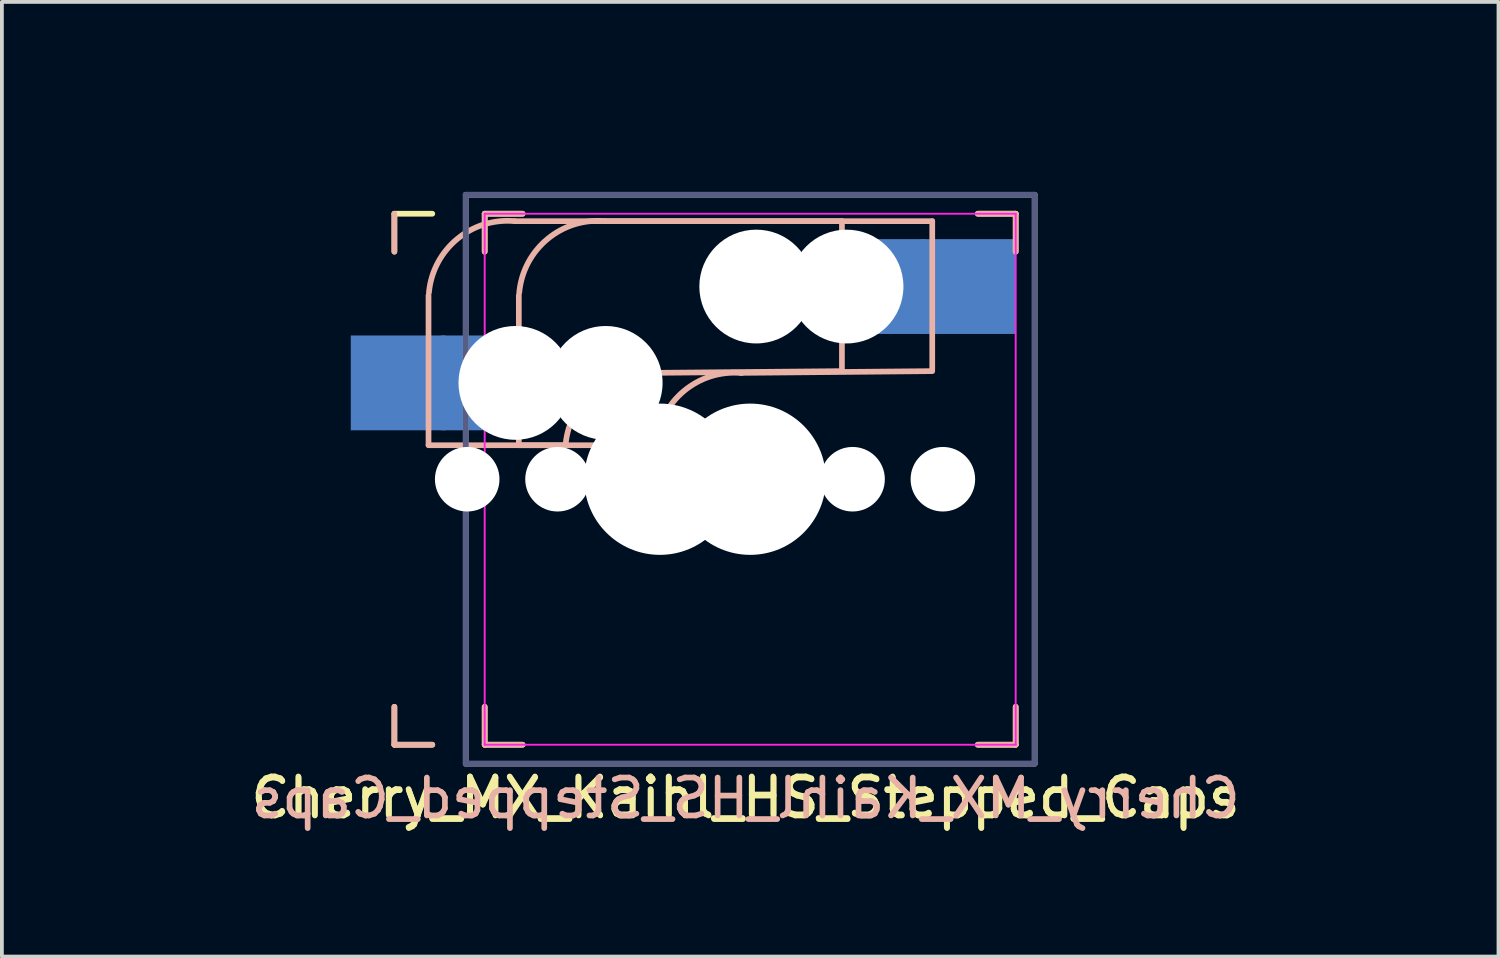
<source format=kicad_pcb>
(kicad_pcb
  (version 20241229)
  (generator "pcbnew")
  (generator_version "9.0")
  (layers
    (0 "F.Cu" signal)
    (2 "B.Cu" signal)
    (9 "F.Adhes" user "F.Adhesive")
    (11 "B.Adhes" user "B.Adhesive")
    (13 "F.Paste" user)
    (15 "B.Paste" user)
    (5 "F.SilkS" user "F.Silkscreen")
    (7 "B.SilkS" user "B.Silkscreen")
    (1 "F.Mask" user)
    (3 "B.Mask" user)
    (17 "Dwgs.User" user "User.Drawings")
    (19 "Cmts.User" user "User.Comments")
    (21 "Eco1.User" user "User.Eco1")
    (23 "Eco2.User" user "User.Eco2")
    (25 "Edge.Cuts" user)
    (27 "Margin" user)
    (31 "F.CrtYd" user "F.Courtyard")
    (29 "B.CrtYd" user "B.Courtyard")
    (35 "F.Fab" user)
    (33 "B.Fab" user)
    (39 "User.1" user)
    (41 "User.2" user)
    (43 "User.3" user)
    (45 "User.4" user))
  (footprint "Cherry_MX_Kaihl_HS_Stepped_Caps"
    (layer "F.Cu")
    (at 16.729 9.585)
    (property "Reference" "Cherry_MX_Kaihl_HS_Stepped_Caps" (at -0.127 8.382 0) (layer "F.SilkS") (effects (font (size 1 1) (thickness 0.15))))
    (attr through_hole)
    (fp_line (start -9.381 -7) (end -8.381 -7) (stroke (width 0.15) (type solid)) (layer "F.SilkS"))
    (fp_line (start -9.381 -6) (end -9.381 -7) (stroke (width 0.15) (type solid)) (layer "F.SilkS"))
    (fp_line (start -9.381 7) (end -9.381 6) (stroke (width 0.15) (type solid)) (layer "F.SilkS"))
    (fp_line (start -8.381 7) (end -9.381 7) (stroke (width 0.15) (type solid)) (layer "F.SilkS"))
    (fp_line (start -7 -7) (end -6 -7) (stroke (width 0.15) (type solid)) (layer "F.SilkS"))
    (fp_line (start -7 -6) (end -7 -7) (stroke (width 0.15) (type solid)) (layer "F.SilkS"))
    (fp_line (start -7 7) (end -7 6) (stroke (width 0.15) (type solid)) (layer "F.SilkS"))
    (fp_line (start -6 7) (end -7 7) (stroke (width 0.15) (type solid)) (layer "F.SilkS"))
    (fp_line (start 6 -7) (end 7 -7) (stroke (width 0.15) (type solid)) (layer "F.SilkS"))
    (fp_line (start 7 -7) (end 7 -6) (stroke (width 0.15) (type solid)) (layer "F.SilkS"))
    (fp_line (start 7 6) (end 7 7) (stroke (width 0.15) (type solid)) (layer "F.SilkS"))
    (fp_line (start 7 7) (end 6 7) (stroke (width 0.15) (type solid)) (layer "F.SilkS"))
    (fp_line (start -9.381 -6) (end -9.381 -7) (stroke (width 0.15) (type solid)) (layer "B.SilkS"))
    (fp_line (start -9.381 7) (end -9.381 6) (stroke (width 0.15) (type solid)) (layer "B.SilkS"))
    (fp_line (start -8.481 -4.85) (end -8.481 -0.905) (stroke (width 0.15) (type solid)) (layer "B.SilkS"))
    (fp_line (start -8.481 -0.896) (end -4.871 -0.896) (stroke (width 0.15) (type solid)) (layer "B.SilkS"))
    (fp_line (start -8.381 7) (end -9.381 7) (stroke (width 0.15) (type solid)) (layer "B.SilkS"))
    (fp_line (start -7 -7) (end -6 -7) (stroke (width 0.15) (type solid)) (layer "B.SilkS"))
    (fp_line (start -7 -6) (end -7 -7) (stroke (width 0.15) (type solid)) (layer "B.SilkS"))
    (fp_line (start -7 7) (end -7 6) (stroke (width 0.15) (type solid)) (layer "B.SilkS"))
    (fp_line (start -6.1 -4.85) (end -6.1 -0.905) (stroke (width 0.15) (type solid)) (layer "B.SilkS"))
    (fp_line (start -6.1 -0.896) (end -2.49 -0.896) (stroke (width 0.15) (type solid)) (layer "B.SilkS"))
    (fp_line (start -6 7) (end -7 7) (stroke (width 0.15) (type solid)) (layer "B.SilkS"))
    (fp_line (start 2.419 -6.804) (end -6.206 -6.804) (stroke (width 0.15) (type solid)) (layer "B.SilkS"))
    (fp_line (start 2.419 -2.896) (end 2.419 -6.804) (stroke (width 0.15) (type solid)) (layer "B.SilkS"))
    (fp_line (start 2.419 -2.85) (end -2.631 -2.804) (stroke (width 0.15) (type solid)) (layer "B.SilkS"))
    (fp_line (start 4.8 -6.804) (end -3.825 -6.804) (stroke (width 0.15) (type solid)) (layer "B.SilkS"))
    (fp_line (start 4.8 -2.896) (end 4.8 -6.804) (stroke (width 0.15) (type solid)) (layer "B.SilkS"))
    (fp_line (start 4.8 -2.85) (end -0.25 -2.804) (stroke (width 0.15) (type solid)) (layer "B.SilkS"))
    (fp_line (start 6 -7) (end 7 -7) (stroke (width 0.15) (type solid)) (layer "B.SilkS"))
    (fp_line (start 7 -7) (end 7 -6) (stroke (width 0.15) (type solid)) (layer "B.SilkS"))
    (fp_line (start 7 6) (end 7 7) (stroke (width 0.15) (type solid)) (layer "B.SilkS"))
    (fp_line (start 7 7) (end 6 7) (stroke (width 0.15) (type solid)) (layer "B.SilkS"))
    (fp_arc (start -8.47025 -4.92) (mid -7.728439 -6.33089) (end -6.20625 -6.804) (stroke (width 0.15) (type solid)) (layer "B.SilkS"))
    (fp_arc (start -6.089 -4.92) (mid -5.347189 -6.33089) (end -3.825 -6.804) (stroke (width 0.15) (type solid)) (layer "B.SilkS"))
    (fp_arc (start -4.866249 -0.920001) (mid -4.12561 -2.328062) (end -2.60625 -2.8) (stroke (width 0.15) (type solid)) (layer "B.SilkS"))
    (fp_arc (start -2.484999 -0.920001) (mid -1.74436 -2.328062) (end -0.225 -2.8) (stroke (width 0.15) (type solid)) (layer "B.SilkS"))
    (fp_line (start -7 7) (end -7 -7) (stroke (width 0.1) (type solid)) (layer "Eco1.User"))
    (fp_line (start 7 -7) (end -7 -7) (stroke (width 0.1) (type solid)) (layer "Eco1.User"))
    (fp_line (start 7 7) (end -7 7) (stroke (width 0.1) (type solid)) (layer "Eco1.User"))
    (fp_line (start 7 7) (end 7 -7) (stroke (width 0.1) (type solid)) (layer "Eco1.User"))
    (fp_line (start -16.669 -9.525) (end 16.669 -9.525) (stroke (width 0.12) (type solid)) (layer "Eco2.User"))
    (fp_line (start -16.669 9.525) (end -16.669 -9.525) (stroke (width 0.12) (type solid)) (layer "Eco2.User"))
    (fp_line (start -1.991 4.25) (end -0.391 4.25) (stroke (width 0.12) (type solid)) (layer "Eco2.User"))
    (fp_line (start -1.991 5.85) (end -1.991 4.25) (stroke (width 0.12) (type solid)) (layer "Eco2.User"))
    (fp_line (start -0.391 4.25) (end -0.391 5.85) (stroke (width 0.12) (type solid)) (layer "Eco2.User"))
    (fp_line (start -0.391 5.85) (end -1.991 5.85) (stroke (width 0.12) (type solid)) (layer "Eco2.User"))
    (fp_line (start 16.669 -9.525) (end 16.669 9.525) (stroke (width 0.12) (type solid)) (layer "Eco2.User"))
    (fp_line (start 16.669 9.525) (end -16.669 9.525) (stroke (width 0.12) (type solid)) (layer "Eco2.User"))
    (fp_line (start -7 -7) (end 7 -7) (stroke (width 0.05) (type solid)) (layer "F.CrtYd"))
    (fp_line (start -7 7) (end -7 -7) (stroke (width 0.05) (type solid)) (layer "F.CrtYd"))
    (fp_line (start 7 -7) (end 7 7) (stroke (width 0.05) (type solid)) (layer "F.CrtYd"))
    (fp_line (start 7 7) (end -7 7) (stroke (width 0.05) (type solid)) (layer "F.CrtYd"))
    (fp_line (start -7.5 -7.5) (end 7.5 -7.5) (stroke (width 0.15) (type solid)) (layer "B.Fab"))
    (fp_line (start -7.5 7.5) (end -7.5 -7.5) (stroke (width 0.15) (type solid)) (layer "B.Fab"))
    (fp_line (start 7.5 -7.5) (end 7.5 7.5) (stroke (width 0.15) (type solid)) (layer "B.Fab"))
    (fp_line (start 7.5 7.5) (end -7.5 7.5) (stroke (width 0.15) (type solid)) (layer "B.Fab"))
    (fp_line (start -7.5 -7.5) (end 7.5 -7.5) (stroke (width 0.15) (type solid)) (layer "F.Fab"))
    (fp_line (start -7.5 7.5) (end -7.5 -7.5) (stroke (width 0.15) (type solid)) (layer "F.Fab"))
    (fp_line (start 7.5 -7.5) (end 7.5 7.5) (stroke (width 0.15) (type solid)) (layer "F.Fab"))
    (fp_line (start 7.5 7.5) (end -7.5 7.5) (stroke (width 0.15) (type solid)) (layer "F.Fab"))
    (fp_text user "${REFERENCE}" (at -0.12 8.41 0) (layer "F.SilkS") (effects (font (size 1 1) (thickness 0.15))))
    (fp_text user "${REFERENCE}" (at -0.12 8.41 0) (layer "B.SilkS") (effects (font (size 1 1) (thickness 0.15)) (justify mirror)))
    (pad "" np_thru_hole circle (at -7.461 0 180) (size 1.702 1.702) (drill 1.702) (layers "*.Cu" "*.Mask"))
    (pad "" np_thru_hole circle (at -6.191 -2.54 153.5) (size 3 3) (drill 3) (layers "*.Cu" "*.Mask"))
    (pad "" np_thru_hole circle (at -5.08 0 180) (size 1.702 1.702) (drill 1.702) (layers "*.Cu" "*.Mask"))
    (pad "" np_thru_hole circle (at -3.81 -2.54 153.5) (size 3 3) (drill 3) (layers "*.Cu" "*.Mask"))
    (pad "" np_thru_hole circle (at -2.381 0 180) (size 3.988 3.988) (drill 3.988) (layers "*.Cu" "*.Mask"))
    (pad "" np_thru_hole circle (at 0 0 180) (size 3.988 3.988) (drill 3.988) (layers "*.Cu" "*.Mask"))
    (pad "" np_thru_hole circle (at 0.159 -5.08 206.5) (size 3 3) (drill 3) (layers "*.Cu" "*.Mask"))
    (pad "" np_thru_hole circle (at 2.54 -5.08 206.5) (size 3 3) (drill 3) (layers "*.Cu" "*.Mask"))
    (pad "" np_thru_hole circle (at 2.699 0 180) (size 1.702 1.702) (drill 1.702) (layers "*.Cu" "*.Mask"))
    (pad "" np_thru_hole circle (at 5.08 0 180) (size 1.702 1.702) (drill 1.702) (layers "*.Cu" "*.Mask"))
    (pad "1" smd rect (at -9.281 -2.54 180) (size 2.5 2.5) (layers "B.Cu" "B.Mask" "B.Paste"))
    (pad "1" smd rect (at -6.9 -2.54 180) (size 2.5 2.5) (layers "B.Cu" "B.Mask" "B.Paste"))
    (pad "2" smd rect (at 3.369 -5.08 180) (size 2.5 2.5) (layers "B.Cu" "B.Mask" "B.Paste"))
    (pad "2" smd rect (at 5.75 -5.08 180) (size 2.5 2.5) (layers "B.Cu" "B.Mask" "B.Paste")))
  (gr_rect
    (start -3 -3)
    (end 36.458 22.17)
    (stroke (width 0.1) (type default))
    (fill no)
    (layer "Edge.Cuts")))
</source>
